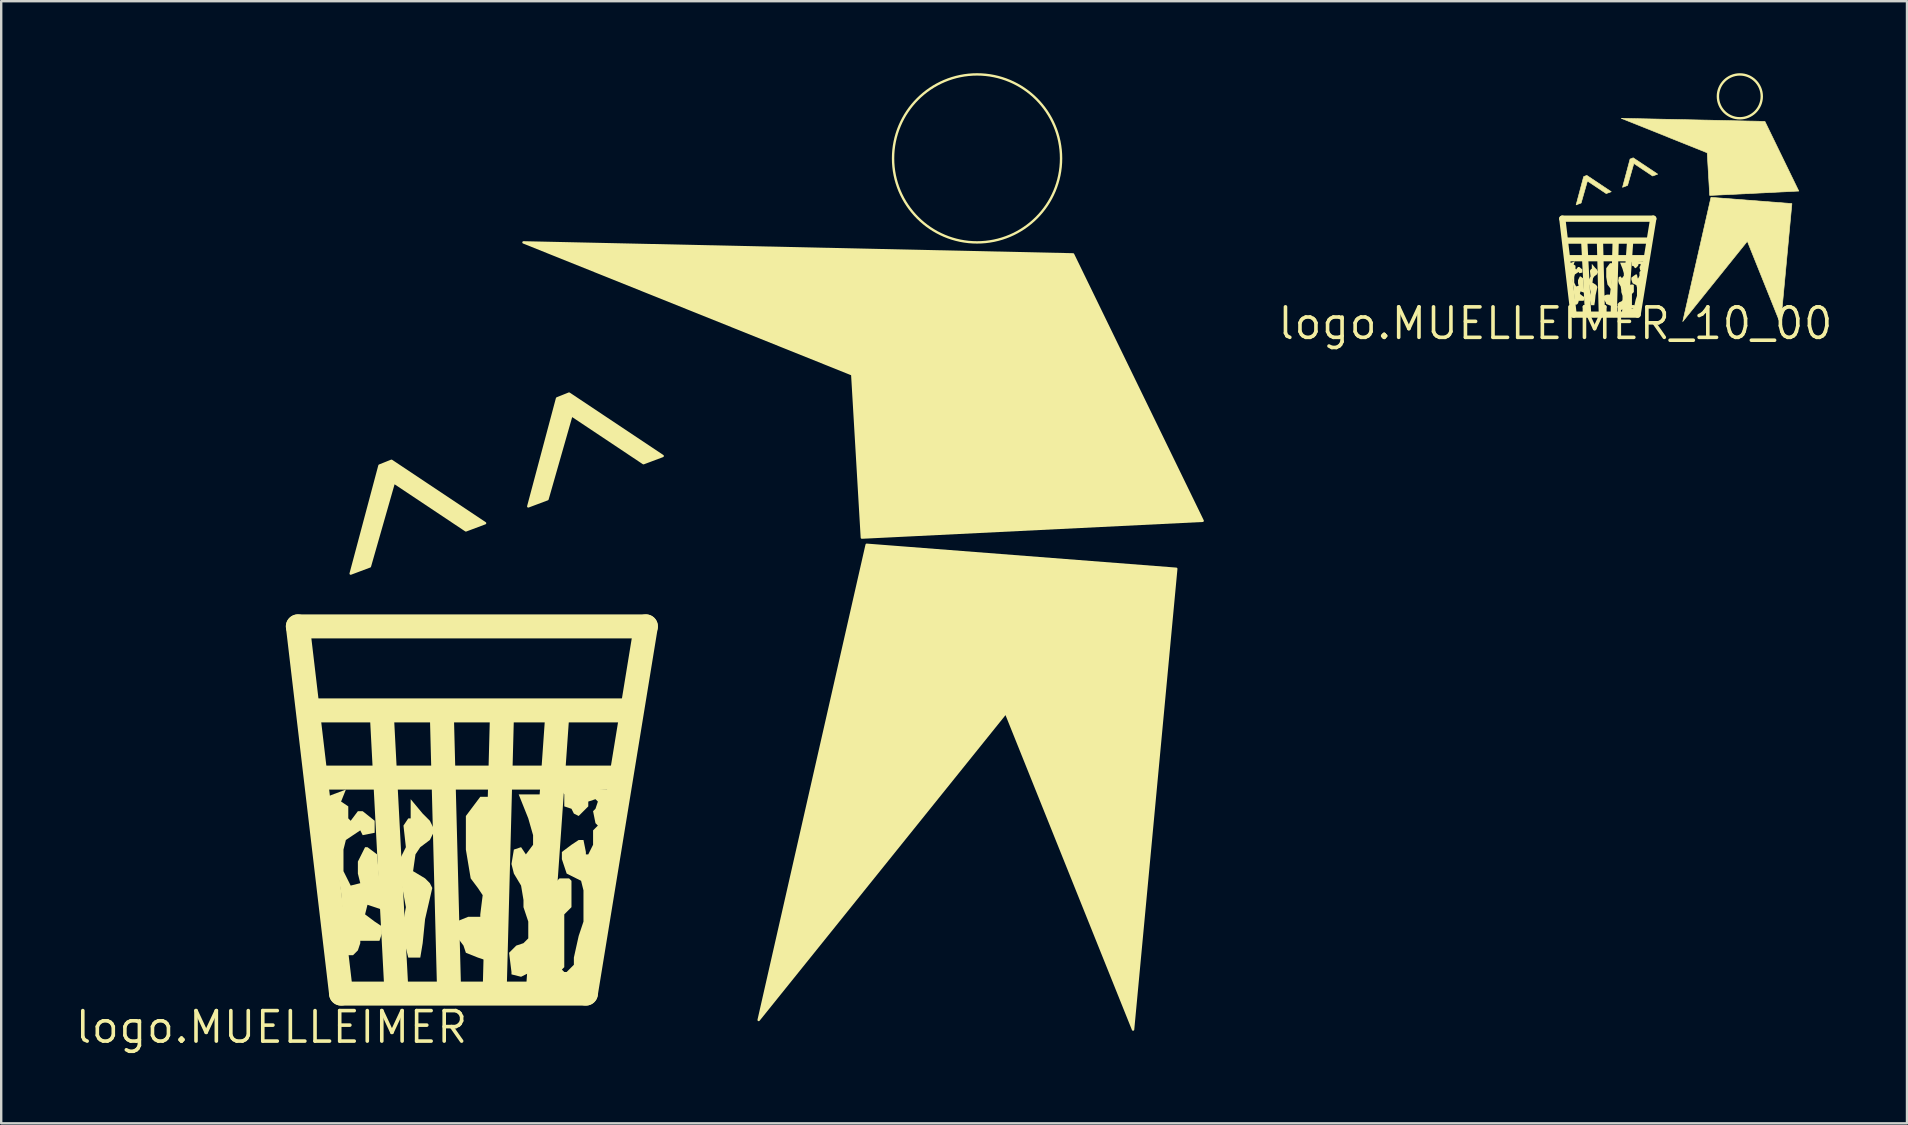
<source format=kicad_pcb>
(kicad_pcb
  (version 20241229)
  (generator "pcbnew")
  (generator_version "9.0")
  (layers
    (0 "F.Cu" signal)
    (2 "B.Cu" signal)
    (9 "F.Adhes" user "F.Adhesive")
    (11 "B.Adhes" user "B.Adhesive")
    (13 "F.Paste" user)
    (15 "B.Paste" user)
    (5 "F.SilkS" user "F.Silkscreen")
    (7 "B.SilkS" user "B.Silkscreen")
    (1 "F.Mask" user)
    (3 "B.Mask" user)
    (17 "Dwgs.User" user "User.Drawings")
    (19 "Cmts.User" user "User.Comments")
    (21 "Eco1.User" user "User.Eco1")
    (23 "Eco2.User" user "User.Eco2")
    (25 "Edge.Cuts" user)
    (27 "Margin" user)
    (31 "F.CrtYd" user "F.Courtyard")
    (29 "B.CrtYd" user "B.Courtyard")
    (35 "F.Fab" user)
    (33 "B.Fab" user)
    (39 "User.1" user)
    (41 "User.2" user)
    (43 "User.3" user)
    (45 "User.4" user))
  (footprint "logo.MUELLEIMER_10_00"
    (layer "F.Cu")
    (at 61.761 10.426)
    (property "Reference" "logo.MUELLEIMER_10_00" (at 0 0 0) (layer "F.SilkS") (effects (font (size 1.27 1.27) (thickness 0.15))))
    (fp_line (start 0.287 -4.365) (end 4.077 -4.365) (stroke (width 0.261) (type default)) (layer "F.SilkS"))
    (fp_line (start 0.497 -3.45) (end 3.816 -3.45) (stroke (width 0.261) (type default)) (layer "F.SilkS"))
    (fp_line (start 0.575 -2.718) (end 3.711 -2.718) (stroke (width 0.261) (type default)) (layer "F.SilkS"))
    (fp_line (start 0.758 -0.366) (end 0.287 -4.365) (stroke (width 0.261) (type default)) (layer "F.SilkS"))
    (fp_line (start 1.359 -0.418) (end 1.202 -3.398) (stroke (width 0.261) (type default)) (layer "F.SilkS"))
    (fp_line (start 1.934 -0.392) (end 1.856 -3.398) (stroke (width 0.261) (type default)) (layer "F.SilkS"))
    (fp_line (start 2.431 -0.392) (end 2.509 -3.372) (stroke (width 0.261) (type default)) (layer "F.SilkS"))
    (fp_line (start 2.901 -0.392) (end 3.11 -3.372) (stroke (width 0.261) (type default)) (layer "F.SilkS"))
    (fp_line (start 3.424 -0.366) (end 0.758 -0.366) (stroke (width 0.261) (type default)) (layer "F.SilkS"))
    (fp_line (start 4.077 -4.365) (end 3.424 -0.366) (stroke (width 0.261) (type default)) (layer "F.SilkS"))
    (fp_circle (center 7.684 -9.461) (end 8.598 -9.461) (stroke (width 0.1) (type default)) (fill no) (layer "F.SilkS"))
    (fp_poly (pts (xy 2.744 -8.546) (xy 8.729 -8.416) (xy 10.14 -5.515) (xy 6.429 -5.332) (xy 6.325 -7.109)) (stroke (width 0.026) (type default)) (fill yes) (layer "F.SilkS"))
    (fp_poly (pts (xy 5.306 -0.078) (xy 6.482 -5.253) (xy 9.853 -4.992) (xy 9.383 0.026) (xy 7.997 -3.424)) (stroke (width 0.026) (type default)) (fill yes) (layer "F.SilkS"))
    (fp_poly (pts (xy 0.863 -4.94) (xy 1.071 -5.018) (xy 1.333 -5.933) (xy 2.117 -5.41) (xy 2.326 -5.488) (xy 1.307 -6.168) (xy 1.176 -6.116)) (stroke (width 0.026) (type default)) (fill yes) (layer "F.SilkS"))
    (fp_poly (pts (xy 2.796 -5.671) (xy 3.006 -5.75) (xy 3.267 -6.665) (xy 4.051 -6.142) (xy 4.26 -6.22) (xy 3.241 -6.9) (xy 3.11 -6.848)) (stroke (width 0.026) (type default)) (fill yes) (layer "F.SilkS"))
    (fp_poly (pts (xy 2.274 -2.509) (xy 2.195 -2.404) (xy 2.117 -2.3) (xy 2.117 -2.143) (xy 2.117 -1.934) (xy 2.169 -1.62) (xy 2.248 -1.516) (xy 2.3 -1.437) (xy 2.274 -1.228) (xy 2.274 -1.202) (xy 2.143 -1.202) (xy 2.012 -1.15) (xy 2.012 -0.993) (xy 2.091 -0.889) (xy 2.117 -0.81) (xy 2.248 -0.758) (xy 2.326 -0.732) (xy 2.378 -1.071) (xy 2.352 -1.699) (xy 2.378 -2.509)) (stroke (width 0) (type default)) (fill yes) (layer "F.SilkS"))
    (fp_poly (pts (xy 2.692 -2.535) (xy 2.796 -2.274) (xy 2.849 -2.091) (xy 2.849 -1.986) (xy 2.77 -1.882) (xy 2.718 -1.96) (xy 2.64 -1.934) (xy 2.614 -1.777) (xy 2.64 -1.673) (xy 2.718 -1.542) (xy 2.744 -1.385) (xy 2.744 -1.307) (xy 2.796 -1.15) (xy 2.796 -0.967) (xy 2.744 -0.915) (xy 2.666 -0.889) (xy 2.587 -0.81) (xy 2.614 -0.601) (xy 2.614 -0.575) (xy 2.718 -0.549) (xy 2.823 -0.601) (xy 2.953 -2.535)) (stroke (width 0) (type default)) (fill yes) (layer "F.SilkS"))
    (fp_poly (pts (xy 1.49 -2.274) (xy 1.437 -2.195) (xy 1.464 -1.96) (xy 1.359 -1.751) (xy 1.411 -1.594) (xy 1.464 -1.307) (xy 1.411 -1.019) (xy 1.437 -0.967) (xy 1.49 -0.758) (xy 1.62 -0.758) (xy 1.647 -0.915) (xy 1.673 -1.176) (xy 1.751 -1.516) (xy 1.725 -1.568) (xy 1.673 -1.62) (xy 1.542 -1.699) (xy 1.568 -1.882) (xy 1.62 -1.96) (xy 1.725 -2.039) (xy 1.777 -2.143) (xy 1.725 -2.248) (xy 1.647 -2.326) (xy 1.516 -2.483) (xy 1.516 -2.404) (xy 1.516 -2.274)) (stroke (width 0) (type default)) (fill yes) (layer "F.SilkS"))
    (fp_poly (pts (xy 0.81 -2.587) (xy 0.758 -2.457) (xy 0.836 -2.404) (xy 0.836 -2.274) (xy 0.863 -2.248) (xy 0.941 -2.352) (xy 0.993 -2.352) (xy 1.124 -2.248) (xy 1.124 -2.117) (xy 0.993 -2.091) (xy 0.967 -2.143) (xy 0.81 -2.039) (xy 0.784 -1.934) (xy 0.784 -1.699) (xy 0.836 -1.594) (xy 0.863 -1.542) (xy 0.967 -1.568) (xy 0.941 -1.673) (xy 0.941 -1.803) (xy 1.019 -1.96) (xy 1.045 -1.96) (xy 1.15 -1.882) (xy 1.202 -1.281) (xy 1.045 -1.333) (xy 1.019 -1.228) (xy 1.124 -1.15) (xy 1.202 -1.098) (xy 1.202 -1.019) (xy 1.176 -0.941) (xy 0.967 -0.941) (xy 0.967 -0.915) (xy 0.941 -0.836) (xy 0.889 -0.784) (xy 0.81 -0.784) (xy 0.758 -1.464) (xy 0.601 -2.431) (xy 0.601 -2.509)) (stroke (width 0) (type default)) (fill yes) (layer "F.SilkS"))
    (fp_poly (pts (xy 3.188 -2.535) (xy 3.188 -2.404) (xy 3.267 -2.378) (xy 3.293 -2.326) (xy 3.345 -2.3) (xy 3.45 -2.404) (xy 3.45 -2.457) (xy 3.528 -2.483) (xy 3.554 -2.457) (xy 3.528 -2.378) (xy 3.502 -2.352) (xy 3.528 -2.221) (xy 3.554 -2.195) (xy 3.502 -2.143) (xy 3.502 -2.065) (xy 3.502 -1.986) (xy 3.45 -1.882) (xy 3.424 -1.882) (xy 3.424 -1.908) (xy 3.398 -2.039) (xy 3.345 -2.039) (xy 3.267 -1.986) (xy 3.162 -1.908) (xy 3.162 -1.829) (xy 3.188 -1.751) (xy 3.215 -1.673) (xy 3.319 -1.62) (xy 3.372 -1.594) (xy 3.398 -1.49) (xy 3.398 -1.359) (xy 3.398 -1.281) (xy 3.398 -1.15) (xy 3.345 -0.993) (xy 3.293 -0.758) (xy 3.293 -0.679) (xy 3.215 -0.601) (xy 3.188 -0.601) (xy 3.162 -0.627) (xy 3.188 -0.653) (xy 3.188 -0.915) (xy 3.188 -1.045) (xy 3.188 -1.228) (xy 3.267 -1.307) (xy 3.267 -1.437) (xy 3.267 -1.594) (xy 3.241 -1.62) (xy 3.136 -1.62) (xy 3.084 -1.568) (xy 3.084 -1.49) (xy 3.006 -1.411) (xy 3.006 -0.601) (xy 3.006 -0.497) (xy 3.032 -0.47) (xy 3.345 -0.47) (xy 3.711 -2.587) (xy 3.136 -2.614)) (stroke (width 0) (type default)) (fill yes) (layer "F.SilkS")))
  (footprint "logo.MUELLEIMER"
    (layer "F.Cu")
    (at 8.262 39.75)
    (property "Reference" "logo.MUELLEIMER" (at 0 0 0) (layer "F.SilkS") (effects (font (size 1.27 1.27) (thickness 0.15))))
    (fp_line (start 1.1 -16.7) (end 15.6 -16.7) (stroke (width 1) (type default)) (layer "F.SilkS"))
    (fp_line (start 1.9 -13.2) (end 14.6 -13.2) (stroke (width 1) (type default)) (layer "F.SilkS"))
    (fp_line (start 2.2 -10.4) (end 14.2 -10.4) (stroke (width 1) (type default)) (layer "F.SilkS"))
    (fp_line (start 2.9 -1.4) (end 1.1 -16.7) (stroke (width 1) (type default)) (layer "F.SilkS"))
    (fp_line (start 5.2 -1.6) (end 4.6 -13) (stroke (width 1) (type default)) (layer "F.SilkS"))
    (fp_line (start 7.4 -1.5) (end 7.1 -13) (stroke (width 1) (type default)) (layer "F.SilkS"))
    (fp_line (start 9.3 -1.5) (end 9.6 -12.9) (stroke (width 1) (type default)) (layer "F.SilkS"))
    (fp_line (start 11.1 -1.5) (end 11.9 -12.9) (stroke (width 1) (type default)) (layer "F.SilkS"))
    (fp_line (start 13.1 -1.4) (end 2.9 -1.4) (stroke (width 1) (type default)) (layer "F.SilkS"))
    (fp_line (start 15.6 -16.7) (end 13.1 -1.4) (stroke (width 1) (type default)) (layer "F.SilkS"))
    (fp_circle (center 29.4 -36.2) (end 32.9 -36.2) (stroke (width 0.1) (type default)) (fill no) (layer "F.SilkS"))
    (fp_poly (pts (xy 10.5 -32.7) (xy 33.4 -32.2) (xy 38.8 -21.1) (xy 24.6 -20.4) (xy 24.2 -27.2)) (stroke (width 0.1) (type default)) (fill yes) (layer "F.SilkS"))
    (fp_poly (pts (xy 20.3 -0.3) (xy 24.8 -20.1) (xy 37.7 -19.1) (xy 35.9 0.1) (xy 30.6 -13.1)) (stroke (width 0.1) (type default)) (fill yes) (layer "F.SilkS"))
    (fp_poly (pts (xy 3.3 -18.9) (xy 4.1 -19.2) (xy 5.1 -22.7) (xy 8.1 -20.7) (xy 8.9 -21) (xy 5 -23.6) (xy 4.5 -23.4)) (stroke (width 0.1) (type default)) (fill yes) (layer "F.SilkS"))
    (fp_poly (pts (xy 10.7 -21.7) (xy 11.5 -22) (xy 12.5 -25.5) (xy 15.5 -23.5) (xy 16.3 -23.8) (xy 12.4 -26.4) (xy 11.9 -26.2)) (stroke (width 0.1) (type default)) (fill yes) (layer "F.SilkS"))
    (fp_poly (pts (xy 8.7 -9.6) (xy 8.4 -9.2) (xy 8.1 -8.8) (xy 8.1 -8.2) (xy 8.1 -7.4) (xy 8.3 -6.2) (xy 8.6 -5.8) (xy 8.8 -5.5) (xy 8.7 -4.7) (xy 8.7 -4.6) (xy 8.2 -4.6) (xy 7.7 -4.4) (xy 7.7 -3.8) (xy 8 -3.4) (xy 8.1 -3.1) (xy 8.6 -2.9) (xy 8.9 -2.8) (xy 9.1 -4.1) (xy 9 -6.5) (xy 9.1 -9.6)) (stroke (width 0) (type default)) (fill yes) (layer "F.SilkS"))
    (fp_poly (pts (xy 10.3 -9.7) (xy 10.7 -8.7) (xy 10.9 -8) (xy 10.9 -7.6) (xy 10.6 -7.2) (xy 10.4 -7.5) (xy 10.1 -7.4) (xy 10 -6.8) (xy 10.1 -6.4) (xy 10.4 -5.9) (xy 10.5 -5.3) (xy 10.5 -5) (xy 10.7 -4.4) (xy 10.7 -3.7) (xy 10.5 -3.5) (xy 10.2 -3.4) (xy 9.9 -3.1) (xy 10 -2.3) (xy 10 -2.2) (xy 10.4 -2.1) (xy 10.8 -2.3) (xy 11.3 -9.7)) (stroke (width 0) (type default)) (fill yes) (layer "F.SilkS"))
    (fp_poly (pts (xy 5.7 -8.7) (xy 5.5 -8.4) (xy 5.6 -7.5) (xy 5.2 -6.7) (xy 5.4 -6.1) (xy 5.6 -5) (xy 5.4 -3.9) (xy 5.5 -3.7) (xy 5.7 -2.9) (xy 6.2 -2.9) (xy 6.3 -3.5) (xy 6.4 -4.5) (xy 6.7 -5.8) (xy 6.6 -6) (xy 6.4 -6.2) (xy 5.9 -6.5) (xy 6 -7.2) (xy 6.2 -7.5) (xy 6.6 -7.8) (xy 6.8 -8.2) (xy 6.6 -8.6) (xy 6.3 -8.9) (xy 5.8 -9.5) (xy 5.8 -9.2) (xy 5.8 -8.7)) (stroke (width 0) (type default)) (fill yes) (layer "F.SilkS"))
    (fp_poly (pts (xy 3.1 -9.9) (xy 2.9 -9.4) (xy 3.2 -9.2) (xy 3.2 -8.7) (xy 3.3 -8.6) (xy 3.6 -9) (xy 3.8 -9) (xy 4.3 -8.6) (xy 4.3 -8.1) (xy 3.8 -8) (xy 3.7 -8.2) (xy 3.1 -7.8) (xy 3 -7.4) (xy 3 -6.5) (xy 3.2 -6.1) (xy 3.3 -5.9) (xy 3.7 -6) (xy 3.6 -6.4) (xy 3.6 -6.9) (xy 3.9 -7.5) (xy 4 -7.5) (xy 4.4 -7.2) (xy 4.6 -4.9) (xy 4 -5.1) (xy 3.9 -4.7) (xy 4.3 -4.4) (xy 4.6 -4.2) (xy 4.6 -3.9) (xy 4.5 -3.6) (xy 3.7 -3.6) (xy 3.7 -3.5) (xy 3.6 -3.2) (xy 3.4 -3) (xy 3.1 -3) (xy 2.9 -5.6) (xy 2.3 -9.3) (xy 2.3 -9.6)) (stroke (width 0) (type default)) (fill yes) (layer "F.SilkS"))
    (fp_poly (pts (xy 12.2 -9.7) (xy 12.2 -9.2) (xy 12.5 -9.1) (xy 12.6 -8.9) (xy 12.8 -8.8) (xy 13.2 -9.2) (xy 13.2 -9.4) (xy 13.5 -9.5) (xy 13.6 -9.4) (xy 13.5 -9.1) (xy 13.4 -9) (xy 13.5 -8.5) (xy 13.6 -8.4) (xy 13.4 -8.2) (xy 13.4 -7.9) (xy 13.4 -7.6) (xy 13.2 -7.2) (xy 13.1 -7.2) (xy 13.1 -7.3) (xy 13 -7.8) (xy 12.8 -7.8) (xy 12.5 -7.6) (xy 12.1 -7.3) (xy 12.1 -7) (xy 12.2 -6.7) (xy 12.3 -6.4) (xy 12.7 -6.2) (xy 12.9 -6.1) (xy 13 -5.7) (xy 13 -5.2) (xy 13 -4.9) (xy 13 -4.4) (xy 12.8 -3.8) (xy 12.6 -2.9) (xy 12.6 -2.6) (xy 12.3 -2.3) (xy 12.2 -2.3) (xy 12.1 -2.4) (xy 12.2 -2.5) (xy 12.2 -3.5) (xy 12.2 -4) (xy 12.2 -4.7) (xy 12.5 -5) (xy 12.5 -5.5) (xy 12.5 -6.1) (xy 12.4 -6.2) (xy 12 -6.2) (xy 11.8 -6) (xy 11.8 -5.7) (xy 11.5 -5.4) (xy 11.5 -2.3) (xy 11.5 -1.9) (xy 11.6 -1.8) (xy 12.8 -1.8) (xy 14.2 -9.9) (xy 12 -10)) (stroke (width 0) (type default)) (fill yes) (layer "F.SilkS")))
  (gr_rect
    (start -3 -3)
    (end 76.41 43.756)
    (stroke (width 0.1) (type default))
    (fill no)
    (layer "Edge.Cuts")))
</source>
